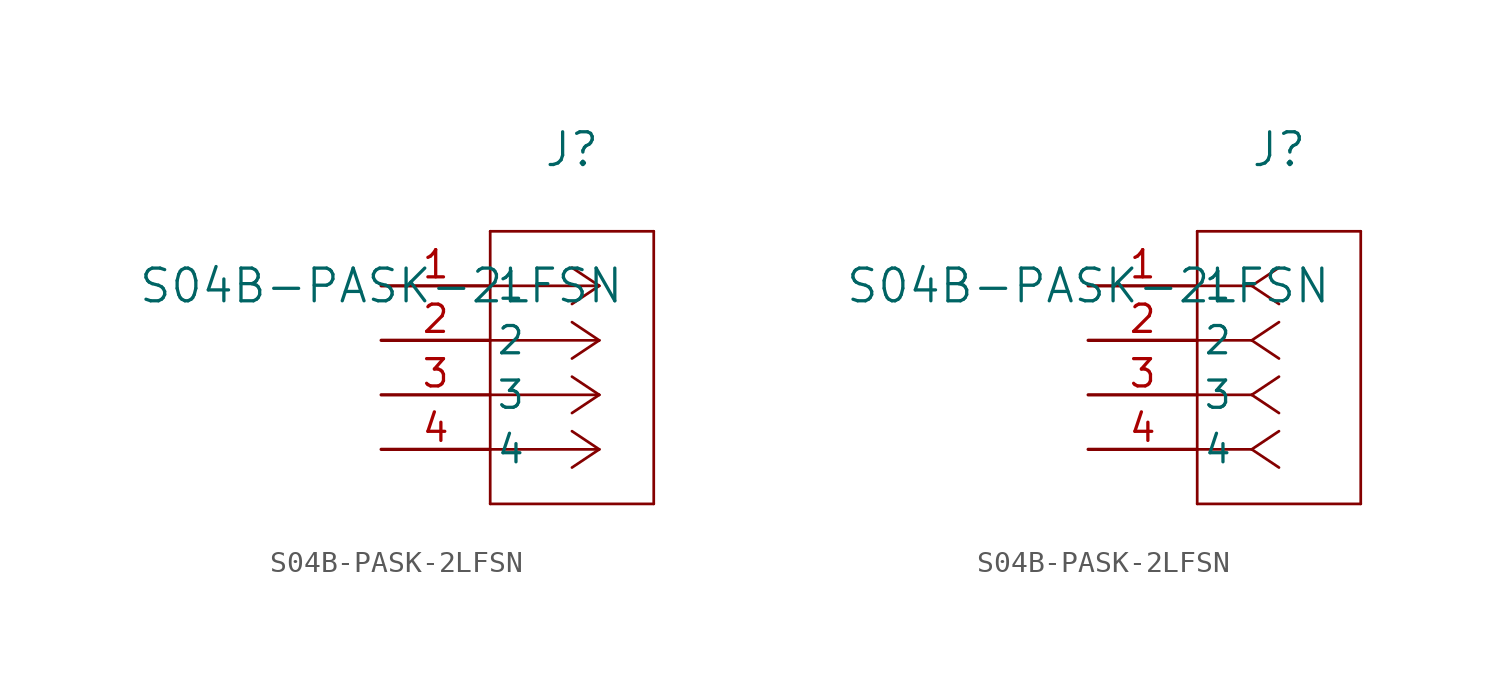
<source format=kicad_sym>
(kicad_symbol_lib
  (version 20211014)
  (generator kicad_symbol_editor)
  (symbol "S04B-PASK-2LFSN"
    (pin_names
      (offset 0.254))
    (property "Reference" "J"
      (at 8.89 6.35 0)
      (effects (font (size 1.524 1.524))))
    (property "Value" "S04B-PASK-2LFSN"
      (at 0 0 0)
      (effects (font (size 1.524 1.524))))
    (symbol "S04B-PASK-2LFSN_1_1"
      (polyline (pts (xy 10.16 0) (xy 5.08 0)) (stroke (width 0.127) (type default) (color 0 0 0 0)) (fill (type none)))
      (polyline (pts (xy 10.16 -2.54) (xy 5.08 -2.54)) (stroke (width 0.127) (type default) (color 0 0 0 0)) (fill (type none)))
      (polyline (pts (xy 10.16 -5.08) (xy 5.08 -5.08)) (stroke (width 0.127) (type default) (color 0 0 0 0)) (fill (type none)))
      (polyline (pts (xy 10.16 -7.62) (xy 5.08 -7.62)) (stroke (width 0.127) (type default) (color 0 0 0 0)) (fill (type none)))
      (polyline (pts (xy 10.16 0) (xy 8.89 0.847)) (stroke (width 0.127) (type default) (color 0 0 0 0)) (fill (type none)))
      (polyline (pts (xy 10.16 -2.54) (xy 8.89 -1.693)) (stroke (width 0.127) (type default) (color 0 0 0 0)) (fill (type none)))
      (polyline (pts (xy 10.16 -5.08) (xy 8.89 -4.233)) (stroke (width 0.127) (type default) (color 0 0 0 0)) (fill (type none)))
      (polyline (pts (xy 10.16 -7.62) (xy 8.89 -6.773)) (stroke (width 0.127) (type default) (color 0 0 0 0)) (fill (type none)))
      (polyline (pts (xy 10.16 0) (xy 8.89 -0.847)) (stroke (width 0.127) (type default) (color 0 0 0 0)) (fill (type none)))
      (polyline (pts (xy 10.16 -2.54) (xy 8.89 -3.387)) (stroke (width 0.127) (type default) (color 0 0 0 0)) (fill (type none)))
      (polyline (pts (xy 10.16 -5.08) (xy 8.89 -5.927)) (stroke (width 0.127) (type default) (color 0 0 0 0)) (fill (type none)))
      (polyline (pts (xy 10.16 -7.62) (xy 8.89 -8.467)) (stroke (width 0.127) (type default) (color 0 0 0 0)) (fill (type none)))
      (polyline (pts (xy 5.08 2.54) (xy 5.08 -10.16)) (stroke (width 0.127) (type default) (color 0 0 0 0)) (fill (type none)))
      (polyline (pts (xy 5.08 -10.16) (xy 12.7 -10.16)) (stroke (width 0.127) (type default) (color 0 0 0 0)) (fill (type none)))
      (polyline (pts (xy 12.7 -10.16) (xy 12.7 2.54)) (stroke (width 0.127) (type default) (color 0 0 0 0)) (fill (type none)))
      (polyline (pts (xy 12.7 2.54) (xy 5.08 2.54)) (stroke (width 0.127) (type default) (color 0 0 0 0)) (fill (type none)))
      (pin unspecified line (at 0 0 0) (length 5.08) (name "1" (effects (font (size 1.27 1.27)))) (number "1" (effects (font (size 1.27 1.27)))))
      (pin unspecified line (at 0 -2.54 0) (length 5.08) (name "2" (effects (font (size 1.27 1.27)))) (number "2" (effects (font (size 1.27 1.27)))))
      (pin unspecified line (at 0 -5.08 0) (length 5.08) (name "3" (effects (font (size 1.27 1.27)))) (number "3" (effects (font (size 1.27 1.27)))))
      (pin unspecified line (at 0 -7.62 0) (length 5.08) (name "4" (effects (font (size 1.27 1.27)))) (number "4" (effects (font (size 1.27 1.27))))))
    (symbol "S04B-PASK-2LFSN_1_2"
      (polyline (pts (xy 7.62 0) (xy 5.08 0)) (stroke (width 0.127) (type default) (color 0 0 0 0)) (fill (type none)))
      (polyline (pts (xy 7.62 -2.54) (xy 5.08 -2.54)) (stroke (width 0.127) (type default) (color 0 0 0 0)) (fill (type none)))
      (polyline (pts (xy 7.62 -5.08) (xy 5.08 -5.08)) (stroke (width 0.127) (type default) (color 0 0 0 0)) (fill (type none)))
      (polyline (pts (xy 7.62 -7.62) (xy 5.08 -7.62)) (stroke (width 0.127) (type default) (color 0 0 0 0)) (fill (type none)))
      (polyline (pts (xy 7.62 0) (xy 8.89 0.847)) (stroke (width 0.127) (type default) (color 0 0 0 0)) (fill (type none)))
      (polyline (pts (xy 7.62 -2.54) (xy 8.89 -1.693)) (stroke (width 0.127) (type default) (color 0 0 0 0)) (fill (type none)))
      (polyline (pts (xy 7.62 -5.08) (xy 8.89 -4.233)) (stroke (width 0.127) (type default) (color 0 0 0 0)) (fill (type none)))
      (polyline (pts (xy 7.62 -7.62) (xy 8.89 -6.773)) (stroke (width 0.127) (type default) (color 0 0 0 0)) (fill (type none)))
      (polyline (pts (xy 7.62 0) (xy 8.89 -0.847)) (stroke (width 0.127) (type default) (color 0 0 0 0)) (fill (type none)))
      (polyline (pts (xy 7.62 -2.54) (xy 8.89 -3.387)) (stroke (width 0.127) (type default) (color 0 0 0 0)) (fill (type none)))
      (polyline (pts (xy 7.62 -5.08) (xy 8.89 -5.927)) (stroke (width 0.127) (type default) (color 0 0 0 0)) (fill (type none)))
      (polyline (pts (xy 7.62 -7.62) (xy 8.89 -8.467)) (stroke (width 0.127) (type default) (color 0 0 0 0)) (fill (type none)))
      (polyline (pts (xy 5.08 2.54) (xy 5.08 -10.16)) (stroke (width 0.127) (type default) (color 0 0 0 0)) (fill (type none)))
      (polyline (pts (xy 5.08 -10.16) (xy 12.7 -10.16)) (stroke (width 0.127) (type default) (color 0 0 0 0)) (fill (type none)))
      (polyline (pts (xy 12.7 -10.16) (xy 12.7 2.54)) (stroke (width 0.127) (type default) (color 0 0 0 0)) (fill (type none)))
      (polyline (pts (xy 12.7 2.54) (xy 5.08 2.54)) (stroke (width 0.127) (type default) (color 0 0 0 0)) (fill (type none)))
      (pin unspecified line (at 0 0 0) (length 5.08) (name "1" (effects (font (size 1.27 1.27)))) (number "1" (effects (font (size 1.27 1.27)))))
      (pin unspecified line (at 0 -2.54 0) (length 5.08) (name "2" (effects (font (size 1.27 1.27)))) (number "2" (effects (font (size 1.27 1.27)))))
      (pin unspecified line (at 0 -5.08 0) (length 5.08) (name "3" (effects (font (size 1.27 1.27)))) (number "3" (effects (font (size 1.27 1.27)))))
      (pin unspecified line (at 0 -7.62 0) (length 5.08) (name "4" (effects (font (size 1.27 1.27)))) (number "4" (effects (font (size 1.27 1.27))))))))
</source>
